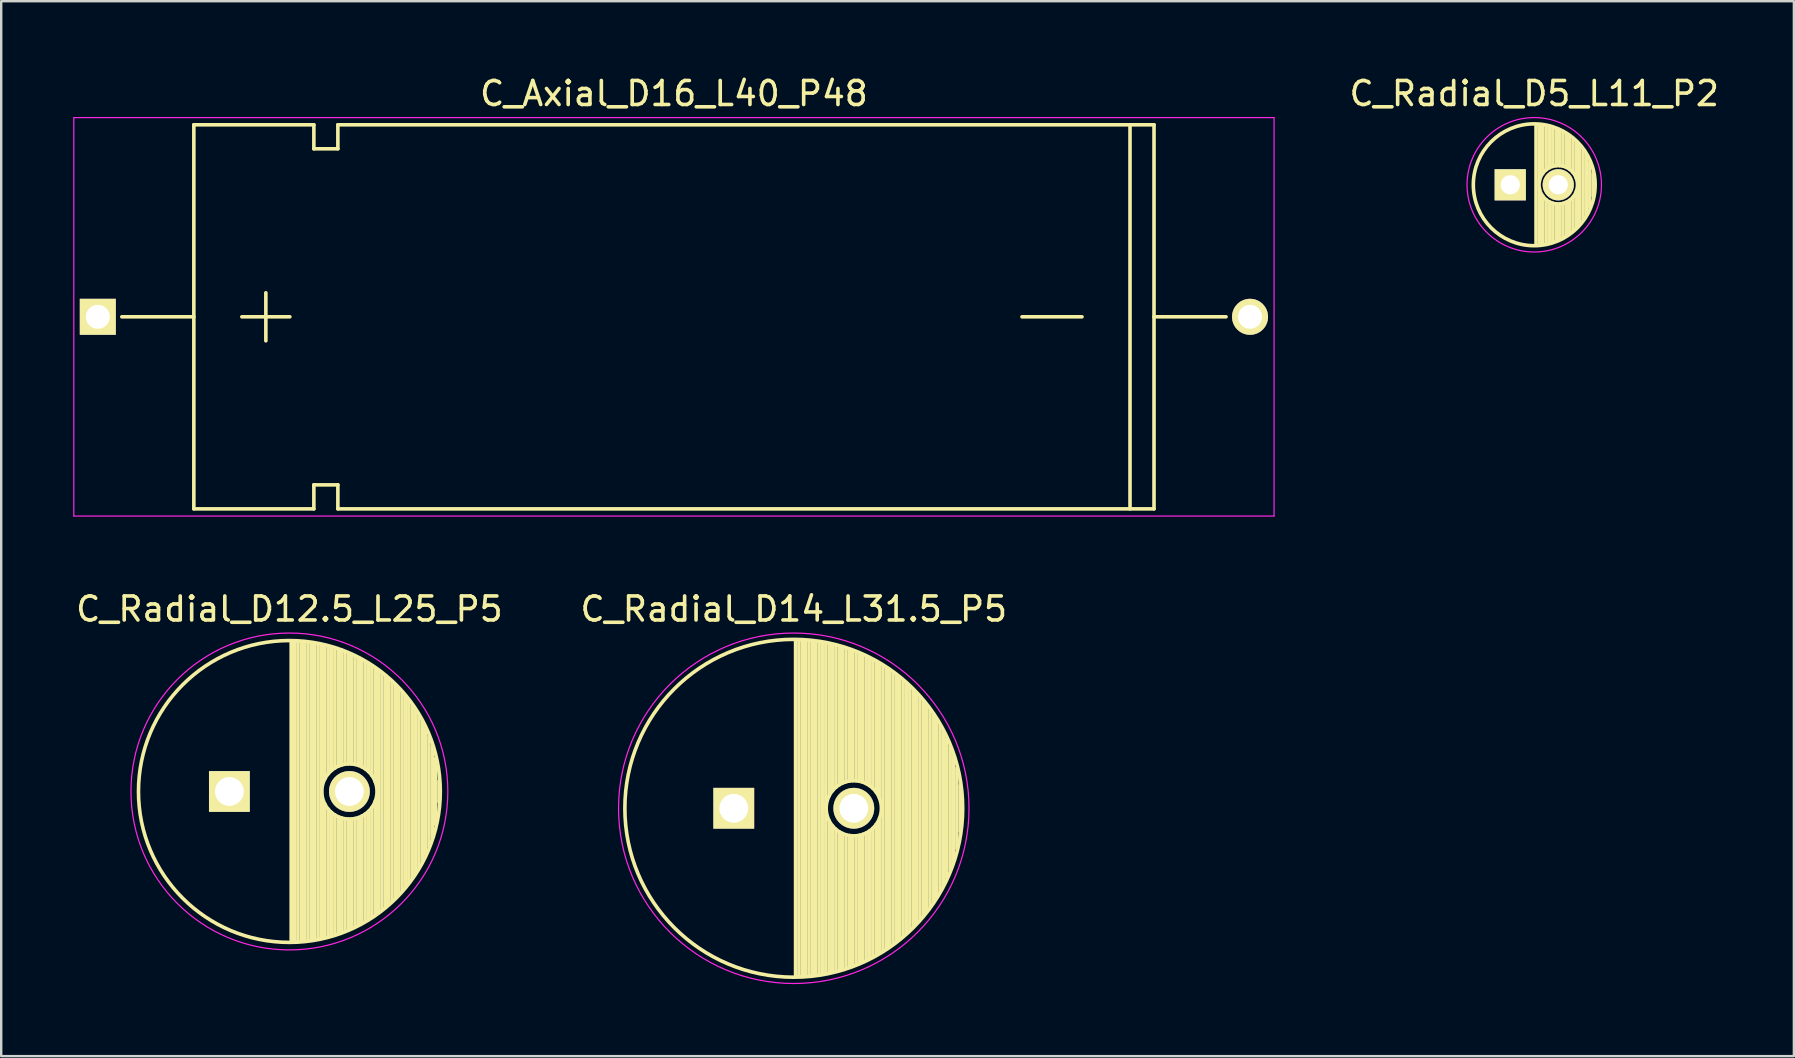
<source format=kicad_pcb>
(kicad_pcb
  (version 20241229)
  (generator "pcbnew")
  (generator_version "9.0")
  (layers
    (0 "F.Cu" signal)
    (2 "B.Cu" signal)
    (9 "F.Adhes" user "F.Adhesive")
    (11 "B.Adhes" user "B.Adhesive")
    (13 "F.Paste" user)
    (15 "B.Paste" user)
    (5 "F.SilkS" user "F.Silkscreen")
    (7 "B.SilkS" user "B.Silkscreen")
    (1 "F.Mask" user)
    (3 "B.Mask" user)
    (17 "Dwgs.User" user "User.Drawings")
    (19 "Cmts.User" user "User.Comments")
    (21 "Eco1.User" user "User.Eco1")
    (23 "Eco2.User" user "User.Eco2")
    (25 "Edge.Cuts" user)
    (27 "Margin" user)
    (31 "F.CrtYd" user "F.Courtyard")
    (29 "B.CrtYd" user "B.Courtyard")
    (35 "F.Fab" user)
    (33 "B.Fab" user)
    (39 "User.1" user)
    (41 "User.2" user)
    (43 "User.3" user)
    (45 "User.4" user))
  (footprint "C_Radial_D14_L31.5_P5"
    (layer "F.Cu")
    (at 27.518 30.622)
    (property "Reference" "C_Radial_D14_L31.5_P5" (at 2.5 -8.3 0) (layer "F.SilkS") (effects (font (size 1 1) (thickness 0.15))))
    (attr through_hole)
    (fp_line (start 2.575 -7) (end 2.575 7) (stroke (width 0.15) (type solid)) (layer "F.SilkS"))
    (fp_line (start 2.715 -6.997) (end 2.715 6.997) (stroke (width 0.15) (type solid)) (layer "F.SilkS"))
    (fp_line (start 2.855 -6.991) (end 2.855 6.991) (stroke (width 0.15) (type solid)) (layer "F.SilkS"))
    (fp_line (start 2.995 -6.982) (end 2.995 6.982) (stroke (width 0.15) (type solid)) (layer "F.SilkS"))
    (fp_line (start 3.135 -6.971) (end 3.135 6.971) (stroke (width 0.15) (type solid)) (layer "F.SilkS"))
    (fp_line (start 3.275 -6.957) (end 3.275 6.957) (stroke (width 0.15) (type solid)) (layer "F.SilkS"))
    (fp_line (start 3.415 -6.94) (end 3.415 6.94) (stroke (width 0.15) (type solid)) (layer "F.SilkS"))
    (fp_line (start 3.555 -6.92) (end 3.555 6.92) (stroke (width 0.15) (type solid)) (layer "F.SilkS"))
    (fp_line (start 3.695 -6.897) (end 3.695 6.897) (stroke (width 0.15) (type solid)) (layer "F.SilkS"))
    (fp_line (start 3.835 -6.872) (end 3.835 6.872) (stroke (width 0.15) (type solid)) (layer "F.SilkS"))
    (fp_line (start 3.975 -6.843) (end 3.975 -0.521) (stroke (width 0.15) (type solid)) (layer "F.SilkS"))
    (fp_line (start 3.975 0.521) (end 3.975 6.843) (stroke (width 0.15) (type solid)) (layer "F.SilkS"))
    (fp_line (start 4.115 -6.811) (end 4.115 -0.734) (stroke (width 0.15) (type solid)) (layer "F.SilkS"))
    (fp_line (start 4.115 0.734) (end 4.115 6.811) (stroke (width 0.15) (type solid)) (layer "F.SilkS"))
    (fp_line (start 4.255 -6.776) (end 4.255 -0.876) (stroke (width 0.15) (type solid)) (layer "F.SilkS"))
    (fp_line (start 4.255 0.876) (end 4.255 6.776) (stroke (width 0.15) (type solid)) (layer "F.SilkS"))
    (fp_line (start 4.395 -6.739) (end 4.395 -0.978) (stroke (width 0.15) (type solid)) (layer "F.SilkS"))
    (fp_line (start 4.395 0.978) (end 4.395 6.739) (stroke (width 0.15) (type solid)) (layer "F.SilkS"))
    (fp_line (start 4.535 -6.698) (end 4.535 -1.052) (stroke (width 0.15) (type solid)) (layer "F.SilkS"))
    (fp_line (start 4.535 1.052) (end 4.535 6.698) (stroke (width 0.15) (type solid)) (layer "F.SilkS"))
    (fp_line (start 4.675 -6.654) (end 4.675 -1.103) (stroke (width 0.15) (type solid)) (layer "F.SilkS"))
    (fp_line (start 4.675 1.103) (end 4.675 6.654) (stroke (width 0.15) (type solid)) (layer "F.SilkS"))
    (fp_line (start 4.815 -6.606) (end 4.815 -1.135) (stroke (width 0.15) (type solid)) (layer "F.SilkS"))
    (fp_line (start 4.815 1.135) (end 4.815 6.606) (stroke (width 0.15) (type solid)) (layer "F.SilkS"))
    (fp_line (start 4.955 -6.555) (end 4.955 -1.149) (stroke (width 0.15) (type solid)) (layer "F.SilkS"))
    (fp_line (start 4.955 1.149) (end 4.955 6.555) (stroke (width 0.15) (type solid)) (layer "F.SilkS"))
    (fp_line (start 5.095 -6.501) (end 5.095 -1.146) (stroke (width 0.15) (type solid)) (layer "F.SilkS"))
    (fp_line (start 5.095 1.146) (end 5.095 6.501) (stroke (width 0.15) (type solid)) (layer "F.SilkS"))
    (fp_line (start 5.235 -6.444) (end 5.235 -1.126) (stroke (width 0.15) (type solid)) (layer "F.SilkS"))
    (fp_line (start 5.235 1.126) (end 5.235 6.444) (stroke (width 0.15) (type solid)) (layer "F.SilkS"))
    (fp_line (start 5.375 -6.382) (end 5.375 -1.087) (stroke (width 0.15) (type solid)) (layer "F.SilkS"))
    (fp_line (start 5.375 1.087) (end 5.375 6.382) (stroke (width 0.15) (type solid)) (layer "F.SilkS"))
    (fp_line (start 5.515 -6.317) (end 5.515 -1.028) (stroke (width 0.15) (type solid)) (layer "F.SilkS"))
    (fp_line (start 5.515 1.028) (end 5.515 6.317) (stroke (width 0.15) (type solid)) (layer "F.SilkS"))
    (fp_line (start 5.655 -6.249) (end 5.655 -0.945) (stroke (width 0.15) (type solid)) (layer "F.SilkS"))
    (fp_line (start 5.655 0.945) (end 5.655 6.249) (stroke (width 0.15) (type solid)) (layer "F.SilkS"))
    (fp_line (start 5.795 -6.176) (end 5.795 -0.831) (stroke (width 0.15) (type solid)) (layer "F.SilkS"))
    (fp_line (start 5.795 0.831) (end 5.795 6.176) (stroke (width 0.15) (type solid)) (layer "F.SilkS"))
    (fp_line (start 5.935 -6.099) (end 5.935 -0.67) (stroke (width 0.15) (type solid)) (layer "F.SilkS"))
    (fp_line (start 5.935 0.67) (end 5.935 6.099) (stroke (width 0.15) (type solid)) (layer "F.SilkS"))
    (fp_line (start 6.075 -6.018) (end 6.075 -0.409) (stroke (width 0.15) (type solid)) (layer "F.SilkS"))
    (fp_line (start 6.075 0.409) (end 6.075 6.018) (stroke (width 0.15) (type solid)) (layer "F.SilkS"))
    (fp_line (start 6.215 -5.933) (end 6.215 5.933) (stroke (width 0.15) (type solid)) (layer "F.SilkS"))
    (fp_line (start 6.355 -5.843) (end 6.355 5.843) (stroke (width 0.15) (type solid)) (layer "F.SilkS"))
    (fp_line (start 6.495 -5.748) (end 6.495 5.748) (stroke (width 0.15) (type solid)) (layer "F.SilkS"))
    (fp_line (start 6.635 -5.648) (end 6.635 5.648) (stroke (width 0.15) (type solid)) (layer "F.SilkS"))
    (fp_line (start 6.775 -5.543) (end 6.775 5.543) (stroke (width 0.15) (type solid)) (layer "F.SilkS"))
    (fp_line (start 6.915 -5.432) (end 6.915 5.432) (stroke (width 0.15) (type solid)) (layer "F.SilkS"))
    (fp_line (start 7.055 -5.315) (end 7.055 5.315) (stroke (width 0.15) (type solid)) (layer "F.SilkS"))
    (fp_line (start 7.195 -5.192) (end 7.195 5.192) (stroke (width 0.15) (type solid)) (layer "F.SilkS"))
    (fp_line (start 7.335 -5.062) (end 7.335 5.062) (stroke (width 0.15) (type solid)) (layer "F.SilkS"))
    (fp_line (start 7.475 -4.924) (end 7.475 4.924) (stroke (width 0.15) (type solid)) (layer "F.SilkS"))
    (fp_line (start 7.615 -4.779) (end 7.615 4.779) (stroke (width 0.15) (type solid)) (layer "F.SilkS"))
    (fp_line (start 7.755 -4.624) (end 7.755 4.624) (stroke (width 0.15) (type solid)) (layer "F.SilkS"))
    (fp_line (start 7.895 -4.46) (end 7.895 4.46) (stroke (width 0.15) (type solid)) (layer "F.SilkS"))
    (fp_line (start 8.035 -4.285) (end 8.035 4.285) (stroke (width 0.15) (type solid)) (layer "F.SilkS"))
    (fp_line (start 8.175 -4.098) (end 8.175 4.098) (stroke (width 0.15) (type solid)) (layer "F.SilkS"))
    (fp_line (start 8.315 -3.897) (end 8.315 3.897) (stroke (width 0.15) (type solid)) (layer "F.SilkS"))
    (fp_line (start 8.455 -3.679) (end 8.455 3.679) (stroke (width 0.15) (type solid)) (layer "F.SilkS"))
    (fp_line (start 8.595 -3.443) (end 8.595 3.443) (stroke (width 0.15) (type solid)) (layer "F.SilkS"))
    (fp_line (start 8.735 -3.182) (end 8.735 3.182) (stroke (width 0.15) (type solid)) (layer "F.SilkS"))
    (fp_line (start 8.875 -2.891) (end 8.875 2.891) (stroke (width 0.15) (type solid)) (layer "F.SilkS"))
    (fp_line (start 9.015 -2.56) (end 9.015 2.56) (stroke (width 0.15) (type solid)) (layer "F.SilkS"))
    (fp_line (start 9.155 -2.17) (end 9.155 2.17) (stroke (width 0.15) (type solid)) (layer "F.SilkS"))
    (fp_line (start 9.295 -1.682) (end 9.295 1.682) (stroke (width 0.15) (type solid)) (layer "F.SilkS"))
    (fp_line (start 9.435 -0.952) (end 9.435 0.952) (stroke (width 0.15) (type solid)) (layer "F.SilkS"))
    (fp_circle (center 2.5 0) (end 2.5 -7.037) (stroke (width 0.15) (type solid)) (fill no) (layer "F.SilkS"))
    (fp_circle (center 5 0) (end 5 -1.15) (stroke (width 0.15) (type solid)) (fill no) (layer "F.SilkS"))
    (fp_circle (center 2.5 0) (end 2.5 -7.3) (stroke (width 0.05) (type solid)) (fill no) (layer "F.CrtYd"))
    (pad "1" thru_hole rect (at 0 0) (size 1.7 1.7) (drill 1.2) (layers "*.Cu" "*.Mask" "F.SilkS"))
    (pad "2" thru_hole circle (at 5 0) (size 1.7 1.7) (drill 1.2) (layers "*.Cu" "*.Mask" "F.SilkS")))
  (footprint "C_Radial_D5_L11_P2"
    (layer "F.Cu")
    (at 59.865 4.648)
    (property "Reference" "C_Radial_D5_L11_P2" (at 1 -3.8 0) (layer "F.SilkS") (effects (font (size 1 1) (thickness 0.15))))
    (attr through_hole)
    (fp_line (start 1.075 -2.499) (end 1.075 2.499) (stroke (width 0.15) (type solid)) (layer "F.SilkS"))
    (fp_line (start 1.215 -2.491) (end 1.215 -0.154) (stroke (width 0.15) (type solid)) (layer "F.SilkS"))
    (fp_line (start 1.215 0.154) (end 1.215 2.491) (stroke (width 0.15) (type solid)) (layer "F.SilkS"))
    (fp_line (start 1.355 -2.475) (end 1.355 -0.473) (stroke (width 0.15) (type solid)) (layer "F.SilkS"))
    (fp_line (start 1.355 0.473) (end 1.355 2.475) (stroke (width 0.15) (type solid)) (layer "F.SilkS"))
    (fp_line (start 1.495 -2.451) (end 1.495 -0.62) (stroke (width 0.15) (type solid)) (layer "F.SilkS"))
    (fp_line (start 1.495 0.62) (end 1.495 2.451) (stroke (width 0.15) (type solid)) (layer "F.SilkS"))
    (fp_line (start 1.635 -2.418) (end 1.635 -0.712) (stroke (width 0.15) (type solid)) (layer "F.SilkS"))
    (fp_line (start 1.635 0.712) (end 1.635 2.418) (stroke (width 0.15) (type solid)) (layer "F.SilkS"))
    (fp_line (start 1.775 -2.377) (end 1.775 -0.768) (stroke (width 0.15) (type solid)) (layer "F.SilkS"))
    (fp_line (start 1.775 0.768) (end 1.775 2.377) (stroke (width 0.15) (type solid)) (layer "F.SilkS"))
    (fp_line (start 1.915 -2.327) (end 1.915 -0.795) (stroke (width 0.15) (type solid)) (layer "F.SilkS"))
    (fp_line (start 1.915 0.795) (end 1.915 2.327) (stroke (width 0.15) (type solid)) (layer "F.SilkS"))
    (fp_line (start 2.055 -2.266) (end 2.055 -0.798) (stroke (width 0.15) (type solid)) (layer "F.SilkS"))
    (fp_line (start 2.055 0.798) (end 2.055 2.266) (stroke (width 0.15) (type solid)) (layer "F.SilkS"))
    (fp_line (start 2.195 -2.196) (end 2.195 -0.776) (stroke (width 0.15) (type solid)) (layer "F.SilkS"))
    (fp_line (start 2.195 0.776) (end 2.195 2.196) (stroke (width 0.15) (type solid)) (layer "F.SilkS"))
    (fp_line (start 2.335 -2.114) (end 2.335 -0.726) (stroke (width 0.15) (type solid)) (layer "F.SilkS"))
    (fp_line (start 2.335 0.726) (end 2.335 2.114) (stroke (width 0.15) (type solid)) (layer "F.SilkS"))
    (fp_line (start 2.475 -2.019) (end 2.475 -0.644) (stroke (width 0.15) (type solid)) (layer "F.SilkS"))
    (fp_line (start 2.475 0.644) (end 2.475 2.019) (stroke (width 0.15) (type solid)) (layer "F.SilkS"))
    (fp_line (start 2.615 -1.908) (end 2.615 -0.512) (stroke (width 0.15) (type solid)) (layer "F.SilkS"))
    (fp_line (start 2.615 0.512) (end 2.615 1.908) (stroke (width 0.15) (type solid)) (layer "F.SilkS"))
    (fp_line (start 2.755 -1.78) (end 2.755 -0.265) (stroke (width 0.15) (type solid)) (layer "F.SilkS"))
    (fp_line (start 2.755 0.265) (end 2.755 1.78) (stroke (width 0.15) (type solid)) (layer "F.SilkS"))
    (fp_line (start 2.895 -1.631) (end 2.895 1.631) (stroke (width 0.15) (type solid)) (layer "F.SilkS"))
    (fp_line (start 3.035 -1.452) (end 3.035 1.452) (stroke (width 0.15) (type solid)) (layer "F.SilkS"))
    (fp_line (start 3.175 -1.233) (end 3.175 1.233) (stroke (width 0.15) (type solid)) (layer "F.SilkS"))
    (fp_line (start 3.315 -0.944) (end 3.315 0.944) (stroke (width 0.15) (type solid)) (layer "F.SilkS"))
    (fp_line (start 3.455 -0.472) (end 3.455 0.472) (stroke (width 0.15) (type solid)) (layer "F.SilkS"))
    (fp_circle (center 1 0) (end 1 -2.538) (stroke (width 0.15) (type solid)) (fill no) (layer "F.SilkS"))
    (fp_circle (center 2 0) (end 2 -0.8) (stroke (width 0.15) (type solid)) (fill no) (layer "F.SilkS"))
    (fp_circle (center 1 0) (end 1 -2.8) (stroke (width 0.05) (type solid)) (fill no) (layer "F.CrtYd"))
    (pad "1" thru_hole rect (at 0 0) (size 1.3 1.3) (drill 0.8) (layers "*.Cu" "*.Mask" "F.SilkS"))
    (pad "2" thru_hole circle (at 2 0) (size 1.3 1.3) (drill 0.8) (layers "*.Cu" "*.Mask" "F.SilkS")))
  (footprint "C_Radial_D12.5_L25_P5"
    (layer "F.Cu")
    (at 6.506 29.922)
    (property "Reference" "C_Radial_D12.5_L25_P5" (at 2.5 -7.6 0) (layer "F.SilkS") (effects (font (size 1 1) (thickness 0.15))))
    (attr through_hole)
    (fp_line (start 2.575 -6.25) (end 2.575 6.25) (stroke (width 0.15) (type solid)) (layer "F.SilkS"))
    (fp_line (start 2.715 -6.246) (end 2.715 6.246) (stroke (width 0.15) (type solid)) (layer "F.SilkS"))
    (fp_line (start 2.855 -6.24) (end 2.855 6.24) (stroke (width 0.15) (type solid)) (layer "F.SilkS"))
    (fp_line (start 2.995 -6.23) (end 2.995 6.23) (stroke (width 0.15) (type solid)) (layer "F.SilkS"))
    (fp_line (start 3.135 -6.218) (end 3.135 6.218) (stroke (width 0.15) (type solid)) (layer "F.SilkS"))
    (fp_line (start 3.275 -6.202) (end 3.275 6.202) (stroke (width 0.15) (type solid)) (layer "F.SilkS"))
    (fp_line (start 3.415 -6.183) (end 3.415 6.183) (stroke (width 0.15) (type solid)) (layer "F.SilkS"))
    (fp_line (start 3.555 -6.16) (end 3.555 6.16) (stroke (width 0.15) (type solid)) (layer "F.SilkS"))
    (fp_line (start 3.695 -6.135) (end 3.695 6.135) (stroke (width 0.15) (type solid)) (layer "F.SilkS"))
    (fp_line (start 3.835 -6.106) (end 3.835 6.106) (stroke (width 0.15) (type solid)) (layer "F.SilkS"))
    (fp_line (start 3.975 -6.073) (end 3.975 -0.521) (stroke (width 0.15) (type solid)) (layer "F.SilkS"))
    (fp_line (start 3.975 0.521) (end 3.975 6.073) (stroke (width 0.15) (type solid)) (layer "F.SilkS"))
    (fp_line (start 4.115 -6.038) (end 4.115 -0.734) (stroke (width 0.15) (type solid)) (layer "F.SilkS"))
    (fp_line (start 4.115 0.734) (end 4.115 6.038) (stroke (width 0.15) (type solid)) (layer "F.SilkS"))
    (fp_line (start 4.255 -5.999) (end 4.255 -0.876) (stroke (width 0.15) (type solid)) (layer "F.SilkS"))
    (fp_line (start 4.255 0.876) (end 4.255 5.999) (stroke (width 0.15) (type solid)) (layer "F.SilkS"))
    (fp_line (start 4.395 -5.956) (end 4.395 -0.978) (stroke (width 0.15) (type solid)) (layer "F.SilkS"))
    (fp_line (start 4.395 0.978) (end 4.395 5.956) (stroke (width 0.15) (type solid)) (layer "F.SilkS"))
    (fp_line (start 4.535 -5.909) (end 4.535 -1.052) (stroke (width 0.15) (type solid)) (layer "F.SilkS"))
    (fp_line (start 4.535 1.052) (end 4.535 5.909) (stroke (width 0.15) (type solid)) (layer "F.SilkS"))
    (fp_line (start 4.675 -5.859) (end 4.675 -1.103) (stroke (width 0.15) (type solid)) (layer "F.SilkS"))
    (fp_line (start 4.675 1.103) (end 4.675 5.859) (stroke (width 0.15) (type solid)) (layer "F.SilkS"))
    (fp_line (start 4.815 -5.805) (end 4.815 -1.135) (stroke (width 0.15) (type solid)) (layer "F.SilkS"))
    (fp_line (start 4.815 1.135) (end 4.815 5.805) (stroke (width 0.15) (type solid)) (layer "F.SilkS"))
    (fp_line (start 4.955 -5.748) (end 4.955 -1.149) (stroke (width 0.15) (type solid)) (layer "F.SilkS"))
    (fp_line (start 4.955 1.149) (end 4.955 5.748) (stroke (width 0.15) (type solid)) (layer "F.SilkS"))
    (fp_line (start 5.095 -5.686) (end 5.095 -1.146) (stroke (width 0.15) (type solid)) (layer "F.SilkS"))
    (fp_line (start 5.095 1.146) (end 5.095 5.686) (stroke (width 0.15) (type solid)) (layer "F.SilkS"))
    (fp_line (start 5.235 -5.62) (end 5.235 -1.126) (stroke (width 0.15) (type solid)) (layer "F.SilkS"))
    (fp_line (start 5.235 1.126) (end 5.235 5.62) (stroke (width 0.15) (type solid)) (layer "F.SilkS"))
    (fp_line (start 5.375 -5.549) (end 5.375 -1.087) (stroke (width 0.15) (type solid)) (layer "F.SilkS"))
    (fp_line (start 5.375 1.087) (end 5.375 5.549) (stroke (width 0.15) (type solid)) (layer "F.SilkS"))
    (fp_line (start 5.515 -5.475) (end 5.515 -1.028) (stroke (width 0.15) (type solid)) (layer "F.SilkS"))
    (fp_line (start 5.515 1.028) (end 5.515 5.475) (stroke (width 0.15) (type solid)) (layer "F.SilkS"))
    (fp_line (start 5.655 -5.395) (end 5.655 -0.945) (stroke (width 0.15) (type solid)) (layer "F.SilkS"))
    (fp_line (start 5.655 0.945) (end 5.655 5.395) (stroke (width 0.15) (type solid)) (layer "F.SilkS"))
    (fp_line (start 5.795 -5.311) (end 5.795 -0.831) (stroke (width 0.15) (type solid)) (layer "F.SilkS"))
    (fp_line (start 5.795 0.831) (end 5.795 5.311) (stroke (width 0.15) (type solid)) (layer "F.SilkS"))
    (fp_line (start 5.935 -5.221) (end 5.935 -0.67) (stroke (width 0.15) (type solid)) (layer "F.SilkS"))
    (fp_line (start 5.935 0.67) (end 5.935 5.221) (stroke (width 0.15) (type solid)) (layer "F.SilkS"))
    (fp_line (start 6.075 -5.127) (end 6.075 -0.409) (stroke (width 0.15) (type solid)) (layer "F.SilkS"))
    (fp_line (start 6.075 0.409) (end 6.075 5.127) (stroke (width 0.15) (type solid)) (layer "F.SilkS"))
    (fp_line (start 6.215 -5.026) (end 6.215 5.026) (stroke (width 0.15) (type solid)) (layer "F.SilkS"))
    (fp_line (start 6.355 -4.919) (end 6.355 4.919) (stroke (width 0.15) (type solid)) (layer "F.SilkS"))
    (fp_line (start 6.495 -4.807) (end 6.495 4.807) (stroke (width 0.15) (type solid)) (layer "F.SilkS"))
    (fp_line (start 6.635 -4.687) (end 6.635 4.687) (stroke (width 0.15) (type solid)) (layer "F.SilkS"))
    (fp_line (start 6.775 -4.559) (end 6.775 4.559) (stroke (width 0.15) (type solid)) (layer "F.SilkS"))
    (fp_line (start 6.915 -4.424) (end 6.915 4.424) (stroke (width 0.15) (type solid)) (layer "F.SilkS"))
    (fp_line (start 7.055 -4.28) (end 7.055 4.28) (stroke (width 0.15) (type solid)) (layer "F.SilkS"))
    (fp_line (start 7.195 -4.125) (end 7.195 4.125) (stroke (width 0.15) (type solid)) (layer "F.SilkS"))
    (fp_line (start 7.335 -3.96) (end 7.335 3.96) (stroke (width 0.15) (type solid)) (layer "F.SilkS"))
    (fp_line (start 7.475 -3.783) (end 7.475 3.783) (stroke (width 0.15) (type solid)) (layer "F.SilkS"))
    (fp_line (start 7.615 -3.592) (end 7.615 3.592) (stroke (width 0.15) (type solid)) (layer "F.SilkS"))
    (fp_line (start 7.755 -3.383) (end 7.755 3.383) (stroke (width 0.15) (type solid)) (layer "F.SilkS"))
    (fp_line (start 7.895 -3.155) (end 7.895 3.155) (stroke (width 0.15) (type solid)) (layer "F.SilkS"))
    (fp_line (start 8.035 -2.903) (end 8.035 2.903) (stroke (width 0.15) (type solid)) (layer "F.SilkS"))
    (fp_line (start 8.175 -2.619) (end 8.175 2.619) (stroke (width 0.15) (type solid)) (layer "F.SilkS"))
    (fp_line (start 8.315 -2.291) (end 8.315 2.291) (stroke (width 0.15) (type solid)) (layer "F.SilkS"))
    (fp_line (start 8.455 -1.897) (end 8.455 1.897) (stroke (width 0.15) (type solid)) (layer "F.SilkS"))
    (fp_line (start 8.595 -1.383) (end 8.595 1.383) (stroke (width 0.15) (type solid)) (layer "F.SilkS"))
    (fp_line (start 8.735 -0.433) (end 8.735 0.433) (stroke (width 0.15) (type solid)) (layer "F.SilkS"))
    (fp_circle (center 2.5 0) (end 2.5 -6.287) (stroke (width 0.15) (type solid)) (fill no) (layer "F.SilkS"))
    (fp_circle (center 5 0) (end 5 -1.15) (stroke (width 0.15) (type solid)) (fill no) (layer "F.SilkS"))
    (fp_circle (center 2.5 0) (end 2.5 -6.6) (stroke (width 0.05) (type solid)) (fill no) (layer "F.CrtYd"))
    (pad "1" thru_hole rect (at 0 0) (size 1.7 1.7) (drill 1.2) (layers "*.Cu" "*.Mask" "F.SilkS"))
    (pad "2" thru_hole circle (at 5 0) (size 1.7 1.7) (drill 1.2) (layers "*.Cu" "*.Mask" "F.SilkS")))
  (footprint "C_Axial_D16_L40_P48"
    (layer "F.Cu")
    (at 1.025 10.148)
    (property "Reference" "C_Axial_D16_L40_P48" (at 24 -9.3 0) (layer "F.SilkS") (effects (font (size 1 1) (thickness 0.15))))
    (attr through_hole)
    (fp_line (start 4 0) (end 1 0) (stroke (width 0.15) (type solid)) (layer "F.SilkS"))
    (fp_line (start 4 8) (end 4 -8) (stroke (width 0.15) (type solid)) (layer "F.SilkS"))
    (fp_line (start 6 0) (end 8 0) (stroke (width 0.15) (type solid)) (layer "F.SilkS"))
    (fp_line (start 7 1) (end 7 -1) (stroke (width 0.15) (type solid)) (layer "F.SilkS"))
    (fp_line (start 9 -8) (end 4 -8) (stroke (width 0.15) (type solid)) (layer "F.SilkS"))
    (fp_line (start 9 -8) (end 9 -7) (stroke (width 0.15) (type solid)) (layer "F.SilkS"))
    (fp_line (start 9 -7) (end 10 -7) (stroke (width 0.15) (type solid)) (layer "F.SilkS"))
    (fp_line (start 9 7) (end 9 8) (stroke (width 0.15) (type solid)) (layer "F.SilkS"))
    (fp_line (start 9 8) (end 4 8) (stroke (width 0.15) (type solid)) (layer "F.SilkS"))
    (fp_line (start 10 -7) (end 10 -8) (stroke (width 0.15) (type solid)) (layer "F.SilkS"))
    (fp_line (start 10 7) (end 9 7) (stroke (width 0.15) (type solid)) (layer "F.SilkS"))
    (fp_line (start 10 8) (end 10 7) (stroke (width 0.15) (type solid)) (layer "F.SilkS"))
    (fp_line (start 10 8) (end 44 8) (stroke (width 0.15) (type solid)) (layer "F.SilkS"))
    (fp_line (start 38.5 0) (end 41 0) (stroke (width 0.15) (type solid)) (layer "F.SilkS"))
    (fp_line (start 43 -8) (end 43 8) (stroke (width 0.15) (type solid)) (layer "F.SilkS"))
    (fp_line (start 44 -8) (end 10 -8) (stroke (width 0.15) (type solid)) (layer "F.SilkS"))
    (fp_line (start 44 0) (end 47 0) (stroke (width 0.15) (type solid)) (layer "F.SilkS"))
    (fp_line (start 44 8) (end 44 -8) (stroke (width 0.15) (type solid)) (layer "F.SilkS"))
    (fp_line (start -1 -8.3) (end 49 -8.3) (stroke (width 0.05) (type solid)) (layer "F.CrtYd"))
    (fp_line (start -1 8.3) (end -1 -8.3) (stroke (width 0.05) (type solid)) (layer "F.CrtYd"))
    (fp_line (start 49 -8.3) (end 49 8.3) (stroke (width 0.05) (type solid)) (layer "F.CrtYd"))
    (fp_line (start 49 8.3) (end -1 8.3) (stroke (width 0.05) (type solid)) (layer "F.CrtYd"))
    (pad "1" thru_hole rect (at 0 0) (size 1.5 1.5) (drill 1) (layers "*.Cu" "*.Mask" "F.SilkS"))
    (pad "2" thru_hole circle (at 48 0) (size 1.5 1.5) (drill 1) (layers "*.Cu" "*.Mask" "F.SilkS")))
  (gr_rect
    (start -3 -3)
    (end 71.681 40.947)
    (stroke (width 0.1) (type default))
    (fill no)
    (layer "Edge.Cuts")))
</source>
